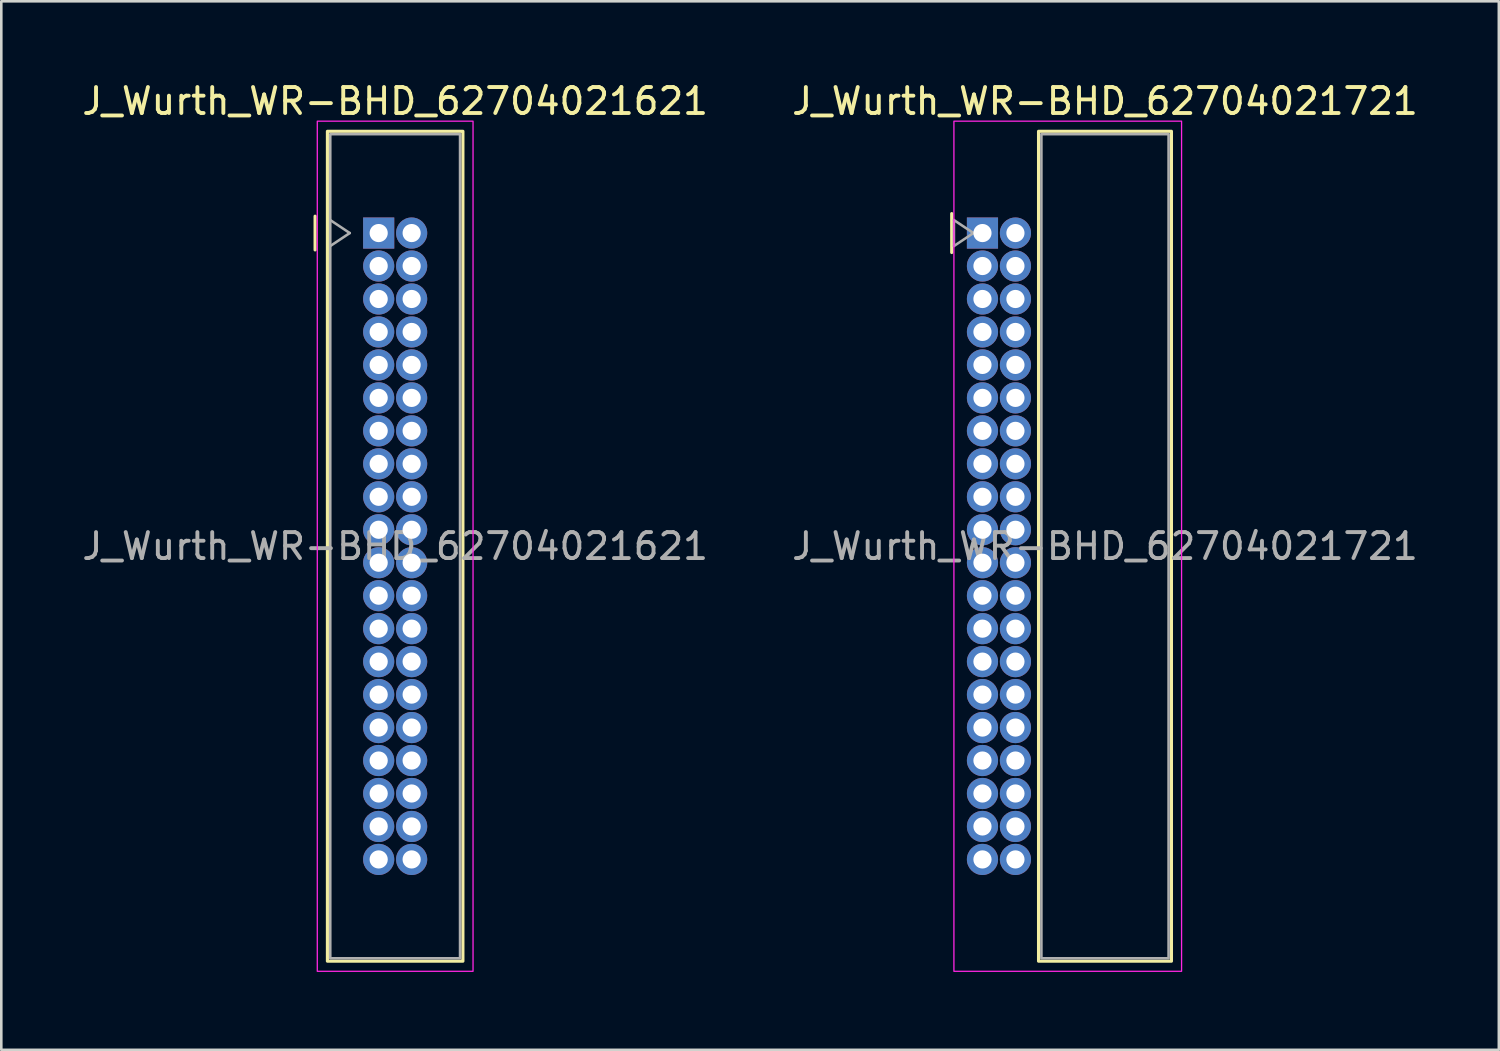
<source format=kicad_pcb>
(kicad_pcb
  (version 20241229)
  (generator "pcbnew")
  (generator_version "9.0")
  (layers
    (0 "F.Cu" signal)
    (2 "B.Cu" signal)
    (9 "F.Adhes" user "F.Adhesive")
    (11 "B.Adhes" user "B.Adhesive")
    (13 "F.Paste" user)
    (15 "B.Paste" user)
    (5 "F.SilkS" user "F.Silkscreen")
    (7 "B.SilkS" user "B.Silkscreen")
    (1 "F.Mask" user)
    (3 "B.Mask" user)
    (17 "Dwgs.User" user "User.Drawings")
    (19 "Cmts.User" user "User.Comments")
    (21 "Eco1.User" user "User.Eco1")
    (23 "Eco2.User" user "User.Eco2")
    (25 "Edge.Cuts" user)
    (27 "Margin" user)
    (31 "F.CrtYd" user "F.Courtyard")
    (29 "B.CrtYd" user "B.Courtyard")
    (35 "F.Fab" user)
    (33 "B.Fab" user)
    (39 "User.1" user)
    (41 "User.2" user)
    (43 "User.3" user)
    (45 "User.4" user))
  (footprint "J_Wurth_WR-BHD_62704021721"
    (layer "F.Cu")
    (at 34.798 5.928)
    (property "Reference" "J_Wurth_WR-BHD_62704021721" (at 4.72 -5.08 0) (unlocked yes) (layer "F.SilkS") (effects (font (size 1 1) (thickness 0.15))))
    (attr through_hole)
    (fp_line (start -1.185 -0.75) (end -1.185 0.75) (stroke (width 0.12) (type solid)) (layer "F.SilkS"))
    (fp_rect (start 2.16 -3.92) (end 7.28 28.05) (stroke (width 0.12) (type solid)) (fill no) (layer "F.SilkS"))
    (fp_rect (start -1.1 -4.31) (end 7.67 28.44) (stroke (width 0.05) (type solid)) (fill no) (layer "F.CrtYd"))
    (fp_line (start -1.1 0.5) (end -1.1 -0.5) (stroke (width 0.1) (type default)) (layer "F.Fab"))
    (fp_line (start -0.35 0) (end -1.1 -0.5) (stroke (width 0.1) (type solid)) (layer "F.Fab"))
    (fp_line (start -0.35 0) (end -1.1 0.5) (stroke (width 0.1) (type solid)) (layer "F.Fab"))
    (fp_rect (start 2.27 -3.81) (end 7.17 27.94) (stroke (width 0.1) (type solid)) (fill no) (layer "F.Fab"))
    (fp_text user "${REFERENCE}" (at 4.72 12.065 0) (unlocked yes) (layer "F.Fab") (effects (font (size 1 1) (thickness 0.15))))
    (pad "1" thru_hole rect (at 0 0 90) (size 1.2 1.2) (drill 0.7) (layers "*.Cu" "*.Mask"))
    (pad "2" thru_hole circle (at 1.27 0 90) (size 1.2 1.2) (drill 0.7) (layers "*.Cu" "*.Mask"))
    (pad "3" thru_hole circle (at 0 1.27 90) (size 1.2 1.2) (drill 0.7) (layers "*.Cu" "*.Mask"))
    (pad "4" thru_hole circle (at 1.27 1.27 90) (size 1.2 1.2) (drill 0.7) (layers "*.Cu" "*.Mask"))
    (pad "5" thru_hole circle (at 0 2.54 90) (size 1.2 1.2) (drill 0.7) (layers "*.Cu" "*.Mask"))
    (pad "6" thru_hole circle (at 1.27 2.54 90) (size 1.2 1.2) (drill 0.7) (layers "*.Cu" "*.Mask"))
    (pad "7" thru_hole circle (at 0 3.81 90) (size 1.2 1.2) (drill 0.7) (layers "*.Cu" "*.Mask"))
    (pad "8" thru_hole circle (at 1.27 3.81 90) (size 1.2 1.2) (drill 0.7) (layers "*.Cu" "*.Mask"))
    (pad "9" thru_hole circle (at 0 5.08 90) (size 1.2 1.2) (drill 0.7) (layers "*.Cu" "*.Mask"))
    (pad "10" thru_hole circle (at 1.27 5.08 90) (size 1.2 1.2) (drill 0.7) (layers "*.Cu" "*.Mask"))
    (pad "11" thru_hole circle (at 0 6.35 90) (size 1.2 1.2) (drill 0.7) (layers "*.Cu" "*.Mask"))
    (pad "12" thru_hole circle (at 1.27 6.35 90) (size 1.2 1.2) (drill 0.7) (layers "*.Cu" "*.Mask"))
    (pad "13" thru_hole circle (at 0 7.62 90) (size 1.2 1.2) (drill 0.7) (layers "*.Cu" "*.Mask"))
    (pad "14" thru_hole circle (at 1.27 7.62 90) (size 1.2 1.2) (drill 0.7) (layers "*.Cu" "*.Mask"))
    (pad "15" thru_hole circle (at 0 8.89 90) (size 1.2 1.2) (drill 0.7) (layers "*.Cu" "*.Mask"))
    (pad "16" thru_hole circle (at 1.27 8.89 90) (size 1.2 1.2) (drill 0.7) (layers "*.Cu" "*.Mask"))
    (pad "17" thru_hole circle (at 0 10.16 90) (size 1.2 1.2) (drill 0.7) (layers "*.Cu" "*.Mask"))
    (pad "18" thru_hole circle (at 1.27 10.16 90) (size 1.2 1.2) (drill 0.7) (layers "*.Cu" "*.Mask"))
    (pad "19" thru_hole circle (at 0 11.43 90) (size 1.2 1.2) (drill 0.7) (layers "*.Cu" "*.Mask"))
    (pad "20" thru_hole circle (at 1.27 11.43 90) (size 1.2 1.2) (drill 0.7) (layers "*.Cu" "*.Mask"))
    (pad "21" thru_hole circle (at 0 12.7 90) (size 1.2 1.2) (drill 0.7) (layers "*.Cu" "*.Mask"))
    (pad "22" thru_hole circle (at 1.27 12.7 90) (size 1.2 1.2) (drill 0.7) (layers "*.Cu" "*.Mask"))
    (pad "23" thru_hole circle (at 0 13.97 90) (size 1.2 1.2) (drill 0.7) (layers "*.Cu" "*.Mask"))
    (pad "24" thru_hole circle (at 1.27 13.97 90) (size 1.2 1.2) (drill 0.7) (layers "*.Cu" "*.Mask"))
    (pad "25" thru_hole circle (at 0 15.24 90) (size 1.2 1.2) (drill 0.7) (layers "*.Cu" "*.Mask"))
    (pad "26" thru_hole circle (at 1.27 15.24 90) (size 1.2 1.2) (drill 0.7) (layers "*.Cu" "*.Mask"))
    (pad "27" thru_hole circle (at 0 16.51 90) (size 1.2 1.2) (drill 0.7) (layers "*.Cu" "*.Mask"))
    (pad "28" thru_hole circle (at 1.27 16.51 90) (size 1.2 1.2) (drill 0.7) (layers "*.Cu" "*.Mask"))
    (pad "29" thru_hole circle (at 0 17.78 90) (size 1.2 1.2) (drill 0.7) (layers "*.Cu" "*.Mask"))
    (pad "30" thru_hole circle (at 1.27 17.78 90) (size 1.2 1.2) (drill 0.7) (layers "*.Cu" "*.Mask"))
    (pad "31" thru_hole circle (at 0 19.05 90) (size 1.2 1.2) (drill 0.7) (layers "*.Cu" "*.Mask"))
    (pad "32" thru_hole circle (at 1.27 19.05 90) (size 1.2 1.2) (drill 0.7) (layers "*.Cu" "*.Mask"))
    (pad "33" thru_hole circle (at 0 20.32 90) (size 1.2 1.2) (drill 0.7) (layers "*.Cu" "*.Mask"))
    (pad "34" thru_hole circle (at 1.27 20.32 90) (size 1.2 1.2) (drill 0.7) (layers "*.Cu" "*.Mask"))
    (pad "35" thru_hole circle (at 0 21.59 90) (size 1.2 1.2) (drill 0.7) (layers "*.Cu" "*.Mask"))
    (pad "36" thru_hole circle (at 1.27 21.59 90) (size 1.2 1.2) (drill 0.7) (layers "*.Cu" "*.Mask"))
    (pad "37" thru_hole circle (at 0 22.86 90) (size 1.2 1.2) (drill 0.7) (layers "*.Cu" "*.Mask"))
    (pad "38" thru_hole circle (at 1.27 22.86 90) (size 1.2 1.2) (drill 0.7) (layers "*.Cu" "*.Mask"))
    (pad "39" thru_hole circle (at 0 24.13 90) (size 1.2 1.2) (drill 0.7) (layers "*.Cu" "*.Mask"))
    (pad "40" thru_hole circle (at 1.27 24.13 90) (size 1.2 1.2) (drill 0.7) (layers "*.Cu" "*.Mask")))
  (footprint "J_Wurth_WR-BHD_62704021621"
    (layer "F.Cu")
    (at 11.538 5.928)
    (property "Reference" "J_Wurth_WR-BHD_62704021621" (at 0.635 -5.08 0) (unlocked yes) (layer "F.SilkS") (effects (font (size 1 1) (thickness 0.15))))
    (attr through_hole)
    (fp_line (start -2.45 -0.65) (end -2.45 0.65) (stroke (width 0.12) (type solid)) (layer "F.SilkS"))
    (fp_rect (start -1.975 -3.92) (end 3.245 28.05) (stroke (width 0.12) (type default)) (fill no) (layer "F.SilkS"))
    (fp_rect (start -2.365 -4.31) (end 3.635 28.44) (stroke (width 0.05) (type solid)) (fill no) (layer "F.CrtYd"))
    (fp_line (start -1.115 0) (end -1.865 -0.5) (stroke (width 0.1) (type solid)) (layer "F.Fab"))
    (fp_line (start -1.115 0) (end -1.865 0.5) (stroke (width 0.1) (type solid)) (layer "F.Fab"))
    (fp_rect (start -1.865 -3.81) (end 3.135 27.94) (stroke (width 0.1) (type solid)) (fill no) (layer "F.Fab"))
    (fp_text user "${REFERENCE}" (at 0.635 12.065 0) (unlocked yes) (layer "F.Fab") (effects (font (size 1 1) (thickness 0.15))))
    (pad "1" thru_hole rect (at 0 0 90) (size 1.2 1.2) (drill 0.7) (layers "*.Cu" "*.Mask"))
    (pad "2" thru_hole circle (at 1.27 0 90) (size 1.2 1.2) (drill 0.7) (layers "*.Cu" "*.Mask"))
    (pad "3" thru_hole circle (at 0 1.27 90) (size 1.2 1.2) (drill 0.7) (layers "*.Cu" "*.Mask"))
    (pad "4" thru_hole circle (at 1.27 1.27 90) (size 1.2 1.2) (drill 0.7) (layers "*.Cu" "*.Mask"))
    (pad "5" thru_hole circle (at 0 2.54 90) (size 1.2 1.2) (drill 0.7) (layers "*.Cu" "*.Mask"))
    (pad "6" thru_hole circle (at 1.27 2.54 90) (size 1.2 1.2) (drill 0.7) (layers "*.Cu" "*.Mask"))
    (pad "7" thru_hole circle (at 0 3.81 90) (size 1.2 1.2) (drill 0.7) (layers "*.Cu" "*.Mask"))
    (pad "8" thru_hole circle (at 1.27 3.81 90) (size 1.2 1.2) (drill 0.7) (layers "*.Cu" "*.Mask"))
    (pad "9" thru_hole circle (at 0 5.08 90) (size 1.2 1.2) (drill 0.7) (layers "*.Cu" "*.Mask"))
    (pad "10" thru_hole circle (at 1.27 5.08 90) (size 1.2 1.2) (drill 0.7) (layers "*.Cu" "*.Mask"))
    (pad "11" thru_hole circle (at 0 6.35 90) (size 1.2 1.2) (drill 0.7) (layers "*.Cu" "*.Mask"))
    (pad "12" thru_hole circle (at 1.27 6.35 90) (size 1.2 1.2) (drill 0.7) (layers "*.Cu" "*.Mask"))
    (pad "13" thru_hole circle (at 0 7.62 90) (size 1.2 1.2) (drill 0.7) (layers "*.Cu" "*.Mask"))
    (pad "14" thru_hole circle (at 1.27 7.62 90) (size 1.2 1.2) (drill 0.7) (layers "*.Cu" "*.Mask"))
    (pad "15" thru_hole circle (at 0 8.89 90) (size 1.2 1.2) (drill 0.7) (layers "*.Cu" "*.Mask"))
    (pad "16" thru_hole circle (at 1.27 8.89 90) (size 1.2 1.2) (drill 0.7) (layers "*.Cu" "*.Mask"))
    (pad "17" thru_hole circle (at 0 10.16 90) (size 1.2 1.2) (drill 0.7) (layers "*.Cu" "*.Mask"))
    (pad "18" thru_hole circle (at 1.27 10.16 90) (size 1.2 1.2) (drill 0.7) (layers "*.Cu" "*.Mask"))
    (pad "19" thru_hole circle (at 0 11.43 90) (size 1.2 1.2) (drill 0.7) (layers "*.Cu" "*.Mask"))
    (pad "20" thru_hole circle (at 1.27 11.43 90) (size 1.2 1.2) (drill 0.7) (layers "*.Cu" "*.Mask"))
    (pad "21" thru_hole circle (at 0 12.7 90) (size 1.2 1.2) (drill 0.7) (layers "*.Cu" "*.Mask"))
    (pad "22" thru_hole circle (at 1.27 12.7 90) (size 1.2 1.2) (drill 0.7) (layers "*.Cu" "*.Mask"))
    (pad "23" thru_hole circle (at 0 13.97 90) (size 1.2 1.2) (drill 0.7) (layers "*.Cu" "*.Mask"))
    (pad "24" thru_hole circle (at 1.27 13.97 90) (size 1.2 1.2) (drill 0.7) (layers "*.Cu" "*.Mask"))
    (pad "25" thru_hole circle (at 0 15.24 90) (size 1.2 1.2) (drill 0.7) (layers "*.Cu" "*.Mask"))
    (pad "26" thru_hole circle (at 1.27 15.24 90) (size 1.2 1.2) (drill 0.7) (layers "*.Cu" "*.Mask"))
    (pad "27" thru_hole circle (at 0 16.51 90) (size 1.2 1.2) (drill 0.7) (layers "*.Cu" "*.Mask"))
    (pad "28" thru_hole circle (at 1.27 16.51 90) (size 1.2 1.2) (drill 0.7) (layers "*.Cu" "*.Mask"))
    (pad "29" thru_hole circle (at 0 17.78 90) (size 1.2 1.2) (drill 0.7) (layers "*.Cu" "*.Mask"))
    (pad "30" thru_hole circle (at 1.27 17.78 90) (size 1.2 1.2) (drill 0.7) (layers "*.Cu" "*.Mask"))
    (pad "31" thru_hole circle (at 0 19.05 90) (size 1.2 1.2) (drill 0.7) (layers "*.Cu" "*.Mask"))
    (pad "32" thru_hole circle (at 1.27 19.05 90) (size 1.2 1.2) (drill 0.7) (layers "*.Cu" "*.Mask"))
    (pad "33" thru_hole circle (at 0 20.32 90) (size 1.2 1.2) (drill 0.7) (layers "*.Cu" "*.Mask"))
    (pad "34" thru_hole circle (at 1.27 20.32 90) (size 1.2 1.2) (drill 0.7) (layers "*.Cu" "*.Mask"))
    (pad "35" thru_hole circle (at 0 21.59 90) (size 1.2 1.2) (drill 0.7) (layers "*.Cu" "*.Mask"))
    (pad "36" thru_hole circle (at 1.27 21.59 90) (size 1.2 1.2) (drill 0.7) (layers "*.Cu" "*.Mask"))
    (pad "37" thru_hole circle (at 0 22.86 90) (size 1.2 1.2) (drill 0.7) (layers "*.Cu" "*.Mask"))
    (pad "38" thru_hole circle (at 1.27 22.86 90) (size 1.2 1.2) (drill 0.7) (layers "*.Cu" "*.Mask"))
    (pad "39" thru_hole circle (at 0 24.13 90) (size 1.2 1.2) (drill 0.7) (layers "*.Cu" "*.Mask"))
    (pad "40" thru_hole circle (at 1.27 24.13 90) (size 1.2 1.2) (drill 0.7) (layers "*.Cu" "*.Mask")))
  (gr_rect
    (start -3 -3)
    (end 54.69 37.393)
    (stroke (width 0.1) (type default))
    (fill no)
    (layer "Edge.Cuts")))
</source>
